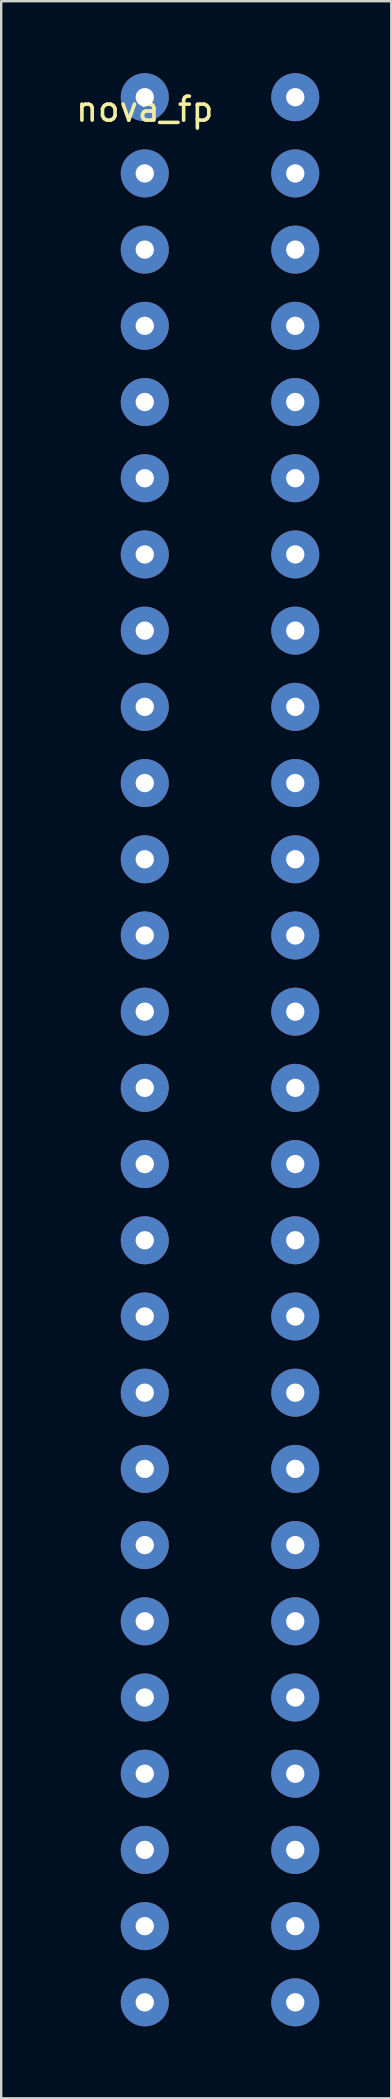
<source format=kicad_pcb>
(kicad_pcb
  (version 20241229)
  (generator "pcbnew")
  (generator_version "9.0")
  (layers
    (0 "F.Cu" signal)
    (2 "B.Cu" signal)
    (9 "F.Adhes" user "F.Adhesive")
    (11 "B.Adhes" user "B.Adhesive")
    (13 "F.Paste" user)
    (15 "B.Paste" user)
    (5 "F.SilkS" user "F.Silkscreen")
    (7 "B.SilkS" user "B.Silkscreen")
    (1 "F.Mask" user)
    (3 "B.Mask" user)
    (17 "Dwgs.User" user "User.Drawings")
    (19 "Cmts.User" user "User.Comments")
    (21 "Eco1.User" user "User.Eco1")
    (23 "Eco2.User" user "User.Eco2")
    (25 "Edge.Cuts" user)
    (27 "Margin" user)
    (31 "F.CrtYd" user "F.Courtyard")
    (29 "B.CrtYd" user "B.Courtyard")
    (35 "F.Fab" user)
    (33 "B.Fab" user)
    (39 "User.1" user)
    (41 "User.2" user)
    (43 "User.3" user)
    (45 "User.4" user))
  (footprint "nova_fp"
    (layer "F.Cu")
    (at 2.982 1)
    (property "Reference" "nova_fp" (at 0 0.5 0) (layer "F.SilkS") (effects (font (size 1 1) (thickness 0.15))))
    (attr through_hole)
    (pad "1" thru_hole circle (at 0 0) (size 2 2) (drill 0.762) (layers "*.Cu" "*.Mask"))
    (pad "2" thru_hole circle (at 6.27 0) (size 2 2) (drill 0.762) (layers "*.Cu" "*.Mask"))
    (pad "3" thru_hole circle (at 0 3.175) (size 2 2) (drill 0.762) (layers "*.Cu" "*.Mask"))
    (pad "4" thru_hole circle (at 6.27 3.175) (size 2 2) (drill 0.762) (layers "*.Cu" "*.Mask"))
    (pad "5" thru_hole circle (at 0 6.35) (size 2 2) (drill 0.762) (layers "*.Cu" "*.Mask"))
    (pad "6" thru_hole circle (at 6.27 6.35) (size 2 2) (drill 0.762) (layers "*.Cu" "*.Mask"))
    (pad "7" thru_hole circle (at 0 9.525) (size 2 2) (drill 0.762) (layers "*.Cu" "*.Mask"))
    (pad "8" thru_hole circle (at 6.27 9.525) (size 2 2) (drill 0.762) (layers "*.Cu" "*.Mask"))
    (pad "9" thru_hole circle (at 0 12.7) (size 2 2) (drill 0.762) (layers "*.Cu" "*.Mask"))
    (pad "10" thru_hole circle (at 6.27 12.7) (size 2 2) (drill 0.762) (layers "*.Cu" "*.Mask"))
    (pad "11" thru_hole circle (at 0 15.875) (size 2 2) (drill 0.762) (layers "*.Cu" "*.Mask"))
    (pad "12" thru_hole circle (at 6.27 15.875) (size 2 2) (drill 0.762) (layers "*.Cu" "*.Mask"))
    (pad "13" thru_hole circle (at 0 19.05) (size 2 2) (drill 0.762) (layers "*.Cu" "*.Mask"))
    (pad "14" thru_hole circle (at 6.27 19.05) (size 2 2) (drill 0.762) (layers "*.Cu" "*.Mask"))
    (pad "15" thru_hole circle (at 0 22.225) (size 2 2) (drill 0.762) (layers "*.Cu" "*.Mask"))
    (pad "16" thru_hole circle (at 6.27 22.225) (size 2 2) (drill 0.762) (layers "*.Cu" "*.Mask"))
    (pad "17" thru_hole circle (at 0 25.4) (size 2 2) (drill 0.762) (layers "*.Cu" "*.Mask"))
    (pad "18" thru_hole circle (at 6.27 25.4) (size 2 2) (drill 0.762) (layers "*.Cu" "*.Mask"))
    (pad "19" thru_hole circle (at 0 28.575) (size 2 2) (drill 0.762) (layers "*.Cu" "*.Mask"))
    (pad "20" thru_hole circle (at 6.27 28.575) (size 2 2) (drill 0.762) (layers "*.Cu" "*.Mask"))
    (pad "21" thru_hole circle (at 0 31.75) (size 2 2) (drill 0.762) (layers "*.Cu" "*.Mask"))
    (pad "22" thru_hole circle (at 6.27 31.75) (size 2 2) (drill 0.762) (layers "*.Cu" "*.Mask"))
    (pad "23" thru_hole circle (at 0 34.925) (size 2 2) (drill 0.762) (layers "*.Cu" "*.Mask"))
    (pad "24" thru_hole circle (at 6.27 34.925) (size 2 2) (drill 0.762) (layers "*.Cu" "*.Mask"))
    (pad "25" thru_hole circle (at 0 38.1) (size 2 2) (drill 0.762) (layers "*.Cu" "*.Mask"))
    (pad "26" thru_hole circle (at 6.27 38.1) (size 2 2) (drill 0.762) (layers "*.Cu" "*.Mask"))
    (pad "27" thru_hole circle (at 0 41.275) (size 2 2) (drill 0.762) (layers "*.Cu" "*.Mask"))
    (pad "28" thru_hole circle (at 6.27 41.275) (size 2 2) (drill 0.762) (layers "*.Cu" "*.Mask"))
    (pad "29" thru_hole circle (at 0 44.45) (size 2 2) (drill 0.762) (layers "*.Cu" "*.Mask"))
    (pad "30" thru_hole circle (at 6.27 44.45) (size 2 2) (drill 0.762) (layers "*.Cu" "*.Mask"))
    (pad "31" thru_hole circle (at 0 47.625) (size 2 2) (drill 0.762) (layers "*.Cu" "*.Mask"))
    (pad "32" thru_hole circle (at 6.27 47.625) (size 2 2) (drill 0.762) (layers "*.Cu" "*.Mask"))
    (pad "33" thru_hole circle (at 0 50.8) (size 2 2) (drill 0.762) (layers "*.Cu" "*.Mask"))
    (pad "34" thru_hole circle (at 6.27 50.8) (size 2 2) (drill 0.762) (layers "*.Cu" "*.Mask"))
    (pad "35" thru_hole circle (at 0 53.975) (size 2 2) (drill 0.762) (layers "*.Cu" "*.Mask"))
    (pad "36" thru_hole circle (at 6.27 53.975) (size 2 2) (drill 0.762) (layers "*.Cu" "*.Mask"))
    (pad "37" thru_hole circle (at 0 57.15) (size 2 2) (drill 0.762) (layers "*.Cu" "*.Mask"))
    (pad "38" thru_hole circle (at 6.27 57.15) (size 2 2) (drill 0.762) (layers "*.Cu" "*.Mask"))
    (pad "39" thru_hole circle (at 0 60.325) (size 2 2) (drill 0.762) (layers "*.Cu" "*.Mask"))
    (pad "40" thru_hole circle (at 6.27 60.325) (size 2 2) (drill 0.762) (layers "*.Cu" "*.Mask"))
    (pad "41" thru_hole circle (at 0 63.5) (size 2 2) (drill 0.762) (layers "*.Cu" "*.Mask"))
    (pad "42" thru_hole circle (at 6.27 63.5) (size 2 2) (drill 0.762) (layers "*.Cu" "*.Mask"))
    (pad "43" thru_hole circle (at 0 66.675) (size 2 2) (drill 0.762) (layers "*.Cu" "*.Mask"))
    (pad "44" thru_hole circle (at 6.27 66.675) (size 2 2) (drill 0.762) (layers "*.Cu" "*.Mask"))
    (pad "45" thru_hole circle (at 0 69.85) (size 2 2) (drill 0.762) (layers "*.Cu" "*.Mask"))
    (pad "46" thru_hole circle (at 6.27 69.85) (size 2 2) (drill 0.762) (layers "*.Cu" "*.Mask"))
    (pad "47" thru_hole circle (at 0 73.025) (size 2 2) (drill 0.762) (layers "*.Cu" "*.Mask"))
    (pad "48" thru_hole circle (at 6.27 73.025) (size 2 2) (drill 0.762) (layers "*.Cu" "*.Mask"))
    (pad "49" thru_hole circle (at 0 76.2) (size 2 2) (drill 0.762) (layers "*.Cu" "*.Mask"))
    (pad "50" thru_hole circle (at 6.27 76.2) (size 2 2) (drill 0.762) (layers "*.Cu" "*.Mask"))
    (pad "51" thru_hole circle (at 0 79.375) (size 2 2) (drill 0.762) (layers "*.Cu" "*.Mask"))
    (pad "52" thru_hole circle (at 6.27 79.375) (size 2 2) (drill 0.762) (layers "*.Cu" "*.Mask")))
  (gr_rect
    (start -3 -3)
    (end 13.252 84.375)
    (stroke (width 0.1) (type default))
    (fill no)
    (layer "Edge.Cuts")))
</source>
